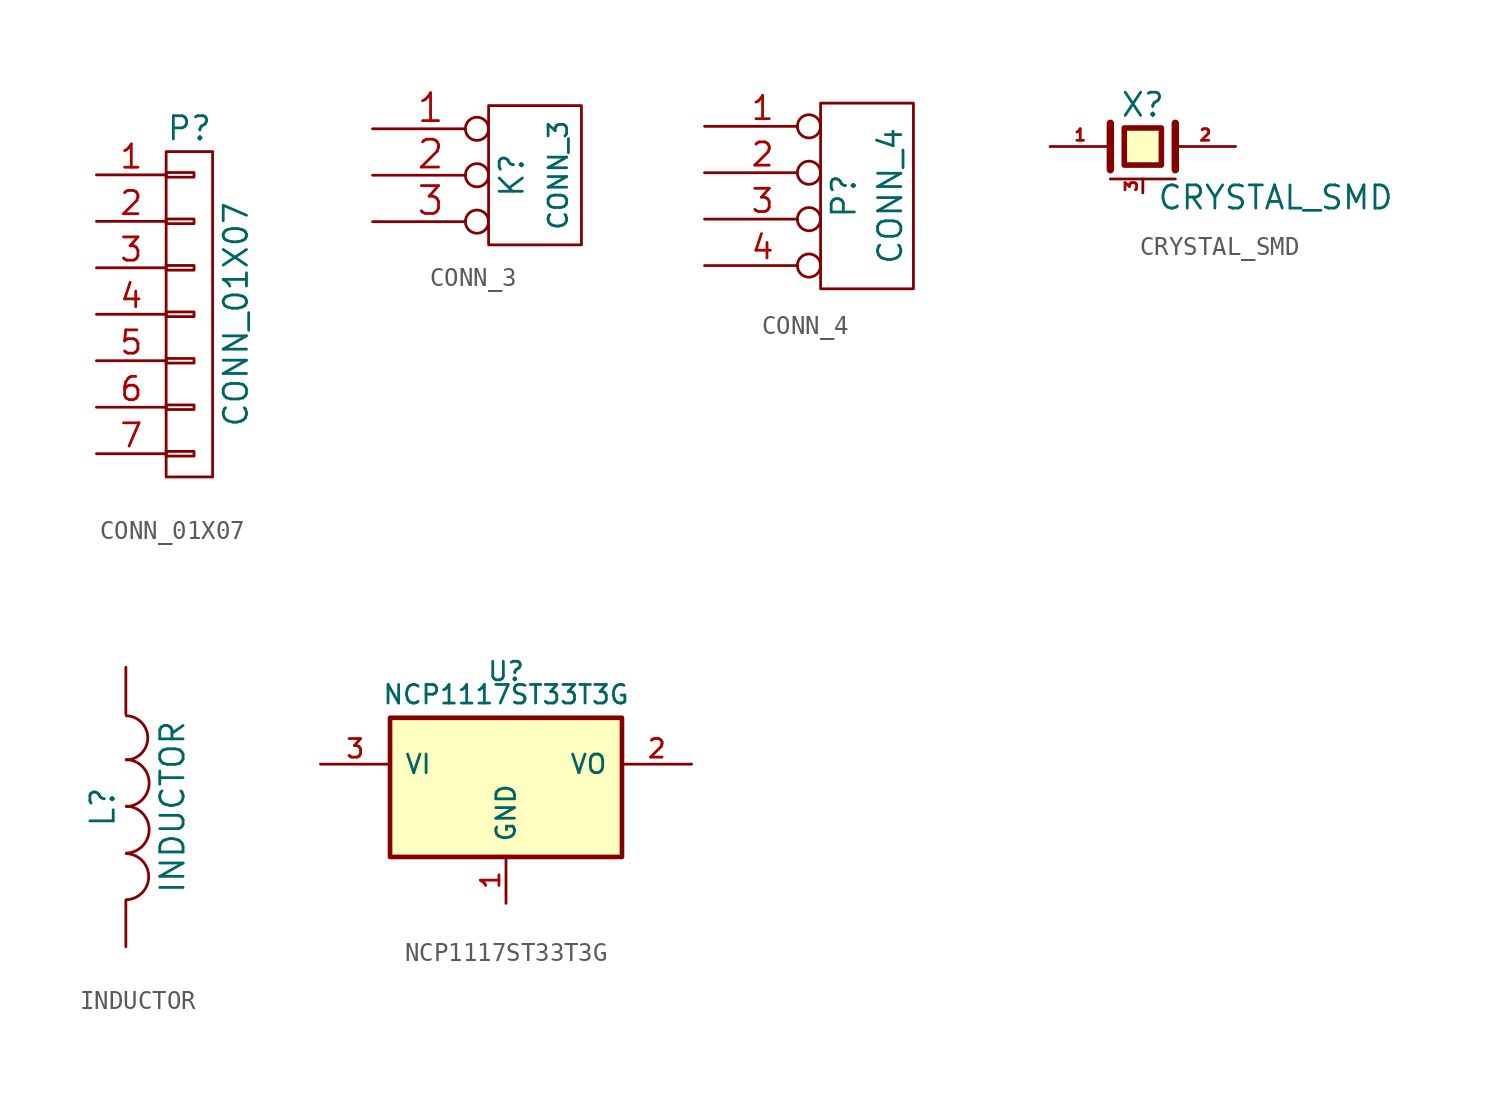
<source format=kicad_sym>
(kicad_symbol_lib
  (version 20220914)
  (generator kicad_symbol_editor)
  (symbol "CONN_01X07"
    (pin_names
      (offset 1.016) hide)
    (property "Reference" "P"
      (at 0 10.16 0)
      (effects (font (size 1.27 1.27))))
    (property "Value" "CONN_01X07"
      (at 2.54 0 90)
      (effects (font (size 1.27 1.27))))
    (property "Footprint" ""
      (at 0 0 0)
      (effects (font (size 1.524 1.524))))
    (property "Datasheet" ""
      (at 0 0 0)
      (effects (font (size 1.524 1.524))))
    (symbol "CONN_01X07_0_1"
      (rectangle (start -1.27 -8.89) (end 1.27 8.89) (stroke (width 0) (type solid)) (fill (type none)))
      (rectangle (start -1.27 -7.493) (end 0.254 -7.747) (stroke (width 0) (type solid)) (fill (type none)))
      (rectangle (start -1.27 -4.953) (end 0.254 -5.207) (stroke (width 0) (type solid)) (fill (type none)))
      (rectangle (start -1.27 -2.413) (end 0.254 -2.667) (stroke (width 0) (type solid)) (fill (type none)))
      (rectangle (start -1.27 0.127) (end 0.254 -0.127) (stroke (width 0) (type solid)) (fill (type none)))
      (rectangle (start -1.27 2.667) (end 0.254 2.413) (stroke (width 0) (type solid)) (fill (type none)))
      (rectangle (start -1.27 5.207) (end 0.254 4.953) (stroke (width 0) (type solid)) (fill (type none)))
      (rectangle (start -1.27 7.747) (end 0.254 7.493) (stroke (width 0) (type solid)) (fill (type none))))
    (symbol "CONN_01X07_1_1"
      (pin passive line (at -5.08 7.62 0) (length 3.81) (name "P1" (effects (font (size 1.27 1.27)))) (number "1" (effects (font (size 1.27 1.27)))))
      (pin passive line (at -5.08 5.08 0) (length 3.81) (name "P2" (effects (font (size 1.27 1.27)))) (number "2" (effects (font (size 1.27 1.27)))))
      (pin passive line (at -5.08 2.54 0) (length 3.81) (name "P3" (effects (font (size 1.27 1.27)))) (number "3" (effects (font (size 1.27 1.27)))))
      (pin passive line (at -5.08 0 0) (length 3.81) (name "P4" (effects (font (size 1.27 1.27)))) (number "4" (effects (font (size 1.27 1.27)))))
      (pin passive line (at -5.08 -2.54 0) (length 3.81) (name "P5" (effects (font (size 1.27 1.27)))) (number "5" (effects (font (size 1.27 1.27)))))
      (pin passive line (at -5.08 -5.08 0) (length 3.81) (name "P6" (effects (font (size 1.27 1.27)))) (number "6" (effects (font (size 1.27 1.27)))))
      (pin passive line (at -5.08 -7.62 0) (length 3.81) (name "P7" (effects (font (size 1.27 1.27)))) (number "7" (effects (font (size 1.27 1.27)))))))
  (symbol "CONN_3"
    (pin_names
      (offset 1.016) hide)
    (property "Reference" "K"
      (at -1.27 0 90)
      (effects (font (size 1.27 1.27))))
    (property "Value" "CONN_3"
      (at 1.27 0 90)
      (effects (font (size 1.016 1.016))))
    (property "Footprint" ""
      (at 0 0 0)
      (effects (font (size 1.524 1.524))))
    (property "Datasheet" ""
      (at 0 0 0)
      (effects (font (size 1.524 1.524))))
    (symbol "CONN_3_0_1"
      (rectangle (start -2.54 3.81) (end 2.54 -3.81) (stroke (width 0) (type solid)) (fill (type none))))
    (symbol "CONN_3_1_1"
      (pin passive inverted (at -8.89 2.54 0) (length 6.35) (name "P1" (effects (font (size 1.524 1.524)))) (number "1" (effects (font (size 1.524 1.524)))))
      (pin passive inverted (at -8.89 0 0) (length 6.35) (name "PM" (effects (font (size 1.524 1.524)))) (number "2" (effects (font (size 1.524 1.524)))))
      (pin passive inverted (at -8.89 -2.54 0) (length 6.35) (name "P3" (effects (font (size 1.524 1.524)))) (number "3" (effects (font (size 1.524 1.524)))))))
  (symbol "CONN_4"
    (pin_names
      (offset 1.016) hide)
    (property "Reference" "P"
      (at -1.27 0 90)
      (effects (font (size 1.27 1.27))))
    (property "Value" "CONN_4"
      (at 1.27 0 90)
      (effects (font (size 1.27 1.27))))
    (property "Footprint" ""
      (at 0 0 0)
      (effects (font (size 1.524 1.524))))
    (property "Datasheet" ""
      (at 0 0 0)
      (effects (font (size 1.524 1.524))))
    (symbol "CONN_4_0_1"
      (rectangle (start -2.54 5.08) (end 2.54 -5.08) (stroke (width 0) (type solid)) (fill (type none))))
    (symbol "CONN_4_1_1"
      (pin passive inverted (at -8.89 3.81 0) (length 6.35) (name "P1" (effects (font (size 1.27 1.27)))) (number "1" (effects (font (size 1.27 1.27)))))
      (pin passive inverted (at -8.89 1.27 0) (length 6.35) (name "P2" (effects (font (size 1.27 1.27)))) (number "2" (effects (font (size 1.27 1.27)))))
      (pin passive inverted (at -8.89 -1.27 0) (length 6.35) (name "P3" (effects (font (size 1.27 1.27)))) (number "3" (effects (font (size 1.27 1.27)))))
      (pin passive inverted (at -8.89 -3.81 0) (length 6.35) (name "P4" (effects (font (size 1.27 1.27)))) (number "4" (effects (font (size 1.27 1.27)))))))
  (symbol "CRYSTAL_SMD"
    (pin_names
      (offset 1.016) hide)
    (property "Reference" "X"
      (at 0 2.286 0)
      (effects (font (size 1.27 1.27))))
    (property "Value" "CRYSTAL_SMD"
      (at 0.762 -2.794 0)
      (effects (font (size 1.27 1.27)) (justify left)))
    (property "Footprint" ""
      (at 0 0 0)
      (effects (font (size 1.524 1.524))))
    (property "Datasheet" ""
      (at 0 0 0)
      (effects (font (size 1.524 1.524))))
    (symbol "CRYSTAL_SMD_0_1"
      (polyline (pts (xy -1.778 -1.778) (xy 1.778 -1.778)) (stroke (width 0) (type solid)) (fill (type none)))
      (polyline (pts (xy -1.778 1.27) (xy -1.778 -1.27)) (stroke (width 0.406) (type solid)) (fill (type none)))
      (polyline (pts (xy 1.778 1.27) (xy 1.778 -1.27)) (stroke (width 0.406) (type solid)) (fill (type none)))
      (polyline (pts (xy -1.016 1.016) (xy 1.016 1.016) (xy 1.016 -1.016) (xy -1.016 -1.016) (xy -1.016 1.016)) (stroke (width 0.305) (type solid)) (fill (type background))))
    (symbol "CRYSTAL_SMD_1_1"
      (pin passive line (at -5.08 0 0) (length 3.302) (name "1" (effects (font (size 0.508 0.508)))) (number "1" (effects (font (size 0.635 0.635)))))
      (pin passive line (at 5.08 0 180) (length 3.302) (name "2" (effects (font (size 0.508 0.508)))) (number "2" (effects (font (size 0.635 0.635)))))
      (pin passive line (at 0 -2.54 90) (length 0.762) (name "case" (effects (font (size 0.508 0.508)))) (number "3" (effects (font (size 0.635 0.635)))))))
  (symbol "INDUCTOR"
    (pin_numbers hide)
    (pin_names
      (offset 1.016) hide)
    (property "Reference" "L"
      (at -1.27 0 90)
      (effects (font (size 1.27 1.27))))
    (property "Value" "INDUCTOR"
      (at 2.54 0 90)
      (effects (font (size 1.27 1.27))))
    (property "Footprint" ""
      (at 0 0 0)
      (effects (font (size 1.524 1.524))))
    (property "Datasheet" ""
      (at 0 0 0)
      (effects (font (size 1.524 1.524))))
    (symbol "INDUCTOR_0_1"
      (arc (start 0.0254 -5.0546) (mid 1.2449 -3.8097) (end 0.0254 -2.54) (stroke (width 0) (type solid)) (fill (type none)))
      (arc (start 0.0254 -2.5146) (mid 1.2703 -1.2444) (end 0.0254 0.0508) (stroke (width 0) (type solid)) (fill (type none)))
      (arc (start 0.0254 0.0254) (mid 1.2703 1.2956) (end 0.0254 2.5908) (stroke (width 0) (type solid)) (fill (type none)))
      (arc (start 0.0254 2.5654) (mid 1.1941 3.7595) (end 0.0254 4.9784) (stroke (width 0) (type solid)) (fill (type none))))
    (symbol "INDUCTOR_1_1"
      (pin passive line (at 0 7.62 270) (length 2.54) (name "1" (effects (font (size 1.778 1.778)))) (number "1" (effects (font (size 1.778 1.778)))))
      (pin passive line (at 0 -7.62 90) (length 2.54) (name "2" (effects (font (size 1.778 1.778)))) (number "2" (effects (font (size 1.778 1.778)))))))
  (symbol "NCP1117ST33T3G"
    (pin_names
      (offset 0.762))
    (property "Reference" "U"
      (at 0 6.35 0)
      (effects (font (size 1.016 1.016))))
    (property "Value" "NCP1117ST33T3G"
      (at 0 5.08 0)
      (effects (font (size 1.016 1.016))))
    (property "Footprint" ""
      (at 0 0 0)
      (effects (font (size 1.524 1.524))))
    (property "Datasheet" ""
      (at 0 0 0)
      (effects (font (size 1.524 1.524))))
    (symbol "NCP1117ST33T3G_0_1"
      (rectangle (start -6.35 -3.81) (end 6.35 3.81) (stroke (width 0.254) (type solid)) (fill (type background))))
    (symbol "NCP1117ST33T3G_1_1"
      (pin power_in line (at 0 -6.35 90) (length 2.54) (name "GND" (effects (font (size 1.016 1.016)))) (number "1" (effects (font (size 1.016 1.016)))))
      (pin power_out line (at 10.16 1.27 180) (length 3.81) (name "VO" (effects (font (size 1.016 1.016)))) (number "2" (effects (font (size 1.016 1.016)))))
      (pin power_in line (at -10.16 1.27 0) (length 3.81) (name "VI" (effects (font (size 1.016 1.016)))) (number "3" (effects (font (size 1.016 1.016))))))))
</source>
